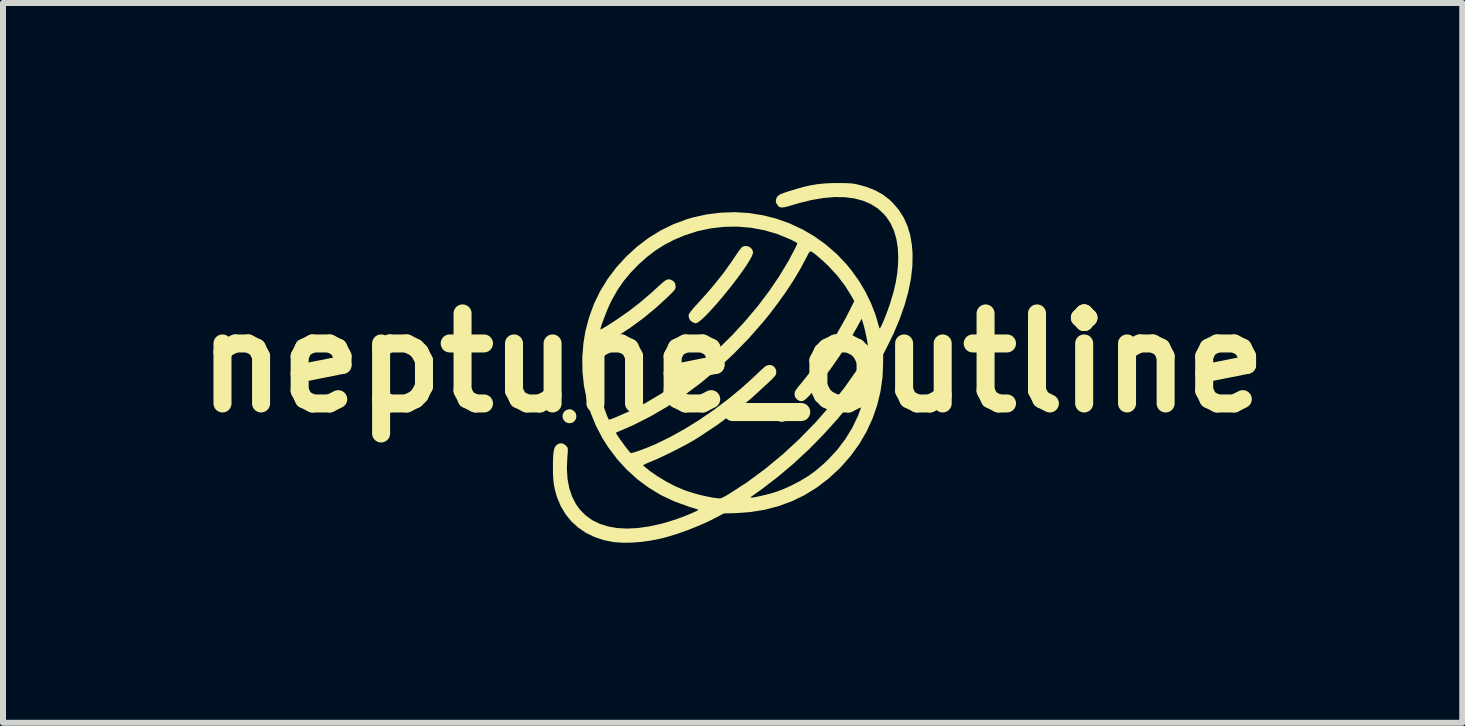
<source format=kicad_pcb>
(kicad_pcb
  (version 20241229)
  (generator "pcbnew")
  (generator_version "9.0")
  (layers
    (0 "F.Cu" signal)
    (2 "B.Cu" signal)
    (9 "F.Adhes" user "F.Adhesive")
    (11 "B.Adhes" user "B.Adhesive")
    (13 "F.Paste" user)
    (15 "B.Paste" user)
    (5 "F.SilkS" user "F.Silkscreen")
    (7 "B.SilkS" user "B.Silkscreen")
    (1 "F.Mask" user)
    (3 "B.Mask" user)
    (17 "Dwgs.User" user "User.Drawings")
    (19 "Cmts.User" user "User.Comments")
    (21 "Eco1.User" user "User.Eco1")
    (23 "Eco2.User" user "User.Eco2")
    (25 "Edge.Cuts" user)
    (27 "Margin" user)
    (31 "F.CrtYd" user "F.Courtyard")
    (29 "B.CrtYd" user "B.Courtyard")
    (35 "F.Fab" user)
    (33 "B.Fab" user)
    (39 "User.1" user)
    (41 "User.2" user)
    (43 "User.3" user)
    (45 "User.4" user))
  (footprint "neptune_outline"
    (layer "F.Cu")
    (at 9.157 2.994)
    (property "Reference" "neptune_outline" (at 0 0 0) (layer "F.SilkS") (effects (font (size 1.5 1.5) (thickness 0.3))))
    (attr board_only exclude_from_pos_files exclude_from_bom)
    (fp_poly (pts (xy 0.839 0.755) (xy 0.876 0.771) (xy 0.909 0.801) (xy 0.932 0.837) (xy 0.938 0.863) (xy 0.928 0.912) (xy 0.902 0.95) (xy 0.865 0.975) (xy 0.821 0.985) (xy 0.777 0.977) (xy 0.738 0.95) (xy 0.711 0.91) (xy 0.703 0.866) (xy 0.712 0.823) (xy 0.736 0.787) (xy 0.772 0.762) (xy 0.817 0.753)) (stroke (width 0) (type solid)) (fill yes) (layer "F.SilkS"))
    (fp_poly (pts (xy -2.669 0.785) (xy -2.633 0.814) (xy -2.615 0.84) (xy -2.603 0.887) (xy -2.61 0.932) (xy -2.633 0.971) (xy -2.67 0.998) (xy -2.715 1.008) (xy -2.752 1.002) (xy -2.783 0.989) (xy -2.785 0.987) (xy -2.82 0.947) (xy -2.834 0.903) (xy -2.831 0.859) (xy -2.811 0.819) (xy -2.776 0.79) (xy -2.728 0.775) (xy -2.71 0.774)) (stroke (width 0) (type solid)) (fill yes) (layer "F.SilkS"))
    (fp_poly (pts (xy 0.254 -1.941) (xy 0.295 -1.921) (xy 0.325 -1.888) (xy 0.34 -1.846) (xy 0.34 -1.837) (xy 0.332 -1.804) (xy 0.311 -1.757) (xy 0.277 -1.697) (xy 0.233 -1.627) (xy 0.179 -1.548) (xy 0.118 -1.462) (xy 0.051 -1.373) (xy -0.02 -1.28) (xy -0.094 -1.188) (xy -0.169 -1.096) (xy -0.244 -1.008) (xy -0.316 -0.926) (xy -0.385 -0.851) (xy -0.448 -0.785) (xy -0.505 -0.731) (xy -0.553 -0.69) (xy -0.59 -0.665) (xy -0.615 -0.657) (xy -0.633 -0.662) (xy -0.661 -0.672) (xy -0.664 -0.674) (xy -0.703 -0.701) (xy -0.727 -0.742) (xy -0.734 -0.787) (xy -0.732 -0.8) (xy -0.719 -0.826) (xy -0.689 -0.866) (xy -0.643 -0.922) (xy -0.581 -0.989) (xy -0.419 -1.169) (xy -0.274 -1.341) (xy -0.142 -1.509) (xy -0.022 -1.677) (xy 0.05 -1.784) (xy 0.084 -1.835) (xy 0.116 -1.879) (xy 0.142 -1.912) (xy 0.159 -1.931) (xy 0.162 -1.933) (xy 0.208 -1.946)) (stroke (width 0) (type solid)) (fill yes) (layer "F.SilkS"))
    (fp_poly (pts (xy 1.833 -2.994) (xy 1.906 -2.992) (xy 1.964 -2.989) (xy 2.013 -2.984) (xy 2.057 -2.976) (xy 2.072 -2.973) (xy 2.231 -2.93) (xy 2.371 -2.875) (xy 2.497 -2.805) (xy 2.61 -2.72) (xy 2.669 -2.663) (xy 2.768 -2.548) (xy 2.849 -2.421) (xy 2.912 -2.282) (xy 2.958 -2.129) (xy 2.987 -1.961) (xy 2.998 -1.815) (xy 2.995 -1.617) (xy 2.972 -1.408) (xy 2.929 -1.19) (xy 2.866 -0.964) (xy 2.784 -0.73) (xy 2.683 -0.49) (xy 2.594 -0.307) (xy 2.508 -0.138) (xy 2.508 0.002) (xy 2.497 0.244) (xy 2.463 0.481) (xy 2.407 0.712) (xy 2.329 0.935) (xy 2.229 1.15) (xy 2.109 1.356) (xy 1.968 1.551) (xy 1.807 1.734) (xy 1.771 1.771) (xy 1.589 1.937) (xy 1.397 2.083) (xy 1.196 2.207) (xy 0.984 2.309) (xy 0.763 2.39) (xy 0.533 2.45) (xy 0.293 2.488) (xy 0.064 2.505) (xy -0.147 2.511) (xy -0.252 2.567) (xy -0.408 2.646) (xy -0.578 2.721) (xy -0.754 2.791) (xy -0.93 2.853) (xy -1.099 2.904) (xy -1.199 2.93) (xy -1.359 2.962) (xy -1.52 2.985) (xy -1.679 2.997) (xy -1.829 2.999) (xy -1.964 2.99) (xy -1.979 2.988) (xy -2.145 2.956) (xy -2.3 2.904) (xy -2.443 2.835) (xy -2.571 2.748) (xy -2.685 2.645) (xy -2.782 2.526) (xy -2.862 2.393) (xy -2.924 2.247) (xy -2.94 2.195) (xy -2.962 2.112) (xy -2.978 2.033) (xy -2.987 1.951) (xy -2.993 1.859) (xy -2.994 1.764) (xy -2.994 1.659) (xy -2.991 1.574) (xy -2.986 1.508) (xy -2.978 1.457) (xy -2.967 1.419) (xy -2.952 1.391) (xy -2.947 1.384) (xy -2.907 1.351) (xy -2.862 1.341) (xy -2.817 1.351) (xy -2.775 1.382) (xy -2.763 1.396) (xy -2.754 1.41) (xy -2.748 1.424) (xy -2.746 1.444) (xy -2.746 1.474) (xy -2.749 1.517) (xy -2.754 1.579) (xy -2.755 1.59) (xy -2.762 1.767) (xy -2.751 1.933) (xy -2.723 2.087) (xy -2.676 2.227) (xy -2.613 2.352) (xy -2.547 2.444) (xy -2.452 2.541) (xy -2.342 2.621) (xy -2.217 2.683) (xy -2.078 2.727) (xy -1.926 2.754) (xy -1.76 2.763) (xy -1.582 2.754) (xy -1.392 2.727) (xy -1.19 2.683) (xy -1.067 2.648) (xy -0.997 2.626) (xy -0.923 2.601) (xy -0.85 2.575) (xy -0.78 2.548) (xy -0.715 2.521) (xy -0.659 2.497) (xy -0.614 2.477) (xy -0.585 2.46) (xy -0.572 2.449) (xy -0.574 2.446) (xy -0.591 2.441) (xy -0.626 2.43) (xy -0.675 2.415) (xy -0.731 2.397) (xy -0.75 2.391) (xy -0.977 2.308) (xy -1.193 2.206) (xy -1.396 2.083) (xy -1.587 1.942) (xy -1.763 1.782) (xy -1.925 1.605) (xy -2.072 1.41) (xy -2.172 1.253) (xy -2.217 1.166) (xy -1.943 1.166) (xy -1.94 1.178) (xy -1.924 1.204) (xy -1.899 1.242) (xy -1.867 1.288) (xy -1.831 1.338) (xy -1.794 1.389) (xy -1.757 1.436) (xy -1.723 1.478) (xy -1.7 1.504) (xy -1.685 1.504) (xy -1.653 1.496) (xy -1.605 1.482) (xy -1.547 1.461) (xy -1.481 1.437) (xy -1.41 1.409) (xy -1.338 1.379) (xy -1.268 1.349) (xy -1.266 1.348) (xy -1.034 1.234) (xy -0.797 1.102) (xy -0.557 0.953) (xy -0.319 0.79) (xy -0.087 0.616) (xy 0.137 0.432) (xy 0.348 0.242) (xy 0.399 0.194) (xy 0.443 0.151) (xy 0.485 0.112) (xy 0.52 0.081) (xy 0.542 0.062) (xy 0.544 0.06) (xy 0.589 0.039) (xy 0.635 0.037) (xy 0.676 0.054) (xy 0.708 0.086) (xy 0.725 0.132) (xy 0.727 0.154) (xy 0.726 0.174) (xy 0.723 0.191) (xy 0.714 0.208) (xy 0.698 0.229) (xy 0.671 0.258) (xy 0.632 0.297) (xy 0.589 0.338) (xy 0.323 0.582) (xy 0.042 0.814) (xy -0.249 1.031) (xy -0.546 1.229) (xy -0.645 1.29) (xy -0.729 1.338) (xy -0.828 1.392) (xy -0.936 1.448) (xy -1.048 1.504) (xy -1.158 1.557) (xy -1.261 1.605) (xy -1.352 1.643) (xy -1.375 1.653) (xy -1.424 1.673) (xy -1.462 1.691) (xy -1.486 1.704) (xy -1.492 1.711) (xy -1.377 1.805) (xy -1.245 1.896) (xy -1.103 1.981) (xy -0.957 2.057) (xy -0.813 2.119) (xy -0.795 2.126) (xy -0.706 2.156) (xy -0.608 2.185) (xy -0.506 2.211) (xy -0.407 2.233) (xy -0.315 2.25) (xy -0.238 2.259) (xy -0.212 2.261) (xy -0.191 2.256) (xy -0.159 2.241) (xy 0.299 2.241) (xy 0.301 2.247) (xy 0.325 2.247) (xy 0.37 2.24) (xy 0.437 2.226) (xy 0.516 2.208) (xy 0.633 2.179) (xy 0.736 2.147) (xy 0.835 2.11) (xy 0.939 2.064) (xy 0.979 2.045) (xy 1.129 1.967) (xy 1.263 1.886) (xy 1.388 1.795) (xy 1.51 1.69) (xy 1.581 1.624) (xy 1.738 1.456) (xy 1.874 1.278) (xy 1.991 1.087) (xy 2.089 0.884) (xy 2.169 0.666) (xy 2.202 0.551) (xy 2.214 0.5) (xy 2.226 0.445) (xy 2.236 0.393) (xy 2.244 0.347) (xy 2.248 0.314) (xy 2.247 0.298) (xy 2.247 0.297) (xy 2.239 0.305) (xy 2.22 0.328) (xy 2.194 0.363) (xy 2.163 0.406) (xy 2.162 0.407) (xy 1.963 0.675) (xy 1.745 0.94) (xy 1.511 1.199) (xy 1.266 1.448) (xy 1.011 1.684) (xy 0.75 1.904) (xy 0.488 2.105) (xy 0.44 2.139) (xy 0.391 2.173) (xy 0.349 2.204) (xy 0.317 2.227) (xy 0.3 2.24) (xy 0.299 2.241) (xy -0.159 2.241) (xy -0.156 2.24) (xy -0.111 2.216) (xy -0.066 2.19) (xy 0.242 1.99) (xy 0.541 1.769) (xy 0.832 1.529) (xy 1.111 1.271) (xy 1.378 0.998) (xy 1.629 0.711) (xy 1.865 0.412) (xy 2.082 0.104) (xy 2.154 -0.009) (xy 2.263 -0.182) (xy 2.256 -0.258) (xy 2.246 -0.336) (xy 2.23 -0.426) (xy 2.21 -0.518) (xy 2.189 -0.604) (xy 2.176 -0.648) (xy 2.15 -0.733) (xy 2.07 -0.587) (xy 1.933 -0.35) (xy 1.79 -0.124) (xy 1.636 0.097) (xy 1.468 0.318) (xy 1.333 0.483) (xy 1.279 0.546) (xy 1.235 0.591) (xy 1.199 0.621) (xy 1.169 0.637) (xy 1.141 0.641) (xy 1.112 0.635) (xy 1.11 0.634) (xy 1.065 0.606) (xy 1.038 0.564) (xy 1.031 0.522) (xy 1.033 0.502) (xy 1.038 0.482) (xy 1.05 0.46) (xy 1.07 0.43) (xy 1.101 0.391) (xy 1.144 0.34) (xy 1.36 0.068) (xy 1.555 -0.201) (xy 1.728 -0.47) (xy 1.882 -0.741) (xy 1.933 -0.841) (xy 2.026 -1.026) (xy 1.985 -1.102) (xy 1.874 -1.281) (xy 1.742 -1.454) (xy 1.587 -1.62) (xy 1.587 -1.62) (xy 1.53 -1.674) (xy 1.472 -1.726) (xy 1.417 -1.774) (xy 1.368 -1.814) (xy 1.329 -1.842) (xy 1.313 -1.852) (xy 1.301 -1.856) (xy 1.29 -1.853) (xy 1.277 -1.84) (xy 1.26 -1.814) (xy 1.238 -1.771) (xy 1.213 -1.723) (xy 1.121 -1.552) (xy 1.013 -1.371) (xy 0.89 -1.184) (xy 0.756 -0.996) (xy 0.614 -0.809) (xy 0.509 -0.68) (xy 0.265 -0.402) (xy 0.01 -0.141) (xy -0.253 0.104) (xy -0.524 0.331) (xy -0.801 0.539) (xy -1.084 0.728) (xy -1.37 0.895) (xy -1.659 1.041) (xy -1.828 1.115) (xy -1.875 1.135) (xy -1.913 1.151) (xy -1.937 1.162) (xy -1.943 1.166) (xy -2.217 1.166) (xy -2.279 1.048) (xy -2.366 0.832) (xy -2.432 0.609) (xy -2.478 0.379) (xy -2.502 0.145) (xy -2.504 -0.004) (xy -2.271 -0.004) (xy -2.267 0.123) (xy -2.255 0.255) (xy -2.238 0.384) (xy -2.226 0.449) (xy -2.214 0.504) (xy -2.197 0.568) (xy -2.177 0.637) (xy -2.155 0.707) (xy -2.133 0.774) (xy -2.111 0.836) (xy -2.091 0.887) (xy -2.075 0.925) (xy -2.062 0.946) (xy -2.058 0.949) (xy -2.045 0.945) (xy -2.016 0.935) (xy -1.976 0.92) (xy -1.961 0.914) (xy -1.709 0.804) (xy -1.456 0.674) (xy -1.203 0.523) (xy -0.952 0.355) (xy -0.704 0.17) (xy -0.462 -0.03) (xy -0.227 -0.243) (xy -0.001 -0.466) (xy 0.214 -0.7) (xy 0.417 -0.941) (xy 0.605 -1.189) (xy 0.776 -1.441) (xy 0.93 -1.696) (xy 1.03 -1.884) (xy 1.051 -1.927) (xy 1.068 -1.963) (xy 1.077 -1.986) (xy 1.078 -1.991) (xy 1.068 -1.999) (xy 1.041 -2.015) (xy 1.001 -2.036) (xy 0.952 -2.06) (xy 0.743 -2.145) (xy 0.528 -2.208) (xy 0.308 -2.249) (xy 0.085 -2.268) (xy -0.138 -2.265) (xy -0.361 -2.24) (xy -0.581 -2.193) (xy -0.797 -2.124) (xy -0.973 -2.05) (xy -1.135 -1.966) (xy -1.282 -1.873) (xy -1.422 -1.767) (xy -1.561 -1.643) (xy -1.572 -1.633) (xy -1.704 -1.496) (xy -1.818 -1.358) (xy -1.917 -1.214) (xy -2.007 -1.056) (xy -2.034 -1.002) (xy -2.057 -0.953) (xy -2.083 -0.894) (xy -2.109 -0.829) (xy -2.135 -0.763) (xy -2.159 -0.698) (xy -2.18 -0.641) (xy -2.195 -0.595) (xy -2.203 -0.564) (xy -2.204 -0.556) (xy -2.194 -0.557) (xy -2.166 -0.571) (xy -2.121 -0.598) (xy -2.059 -0.636) (xy -1.982 -0.686) (xy -1.911 -0.733) (xy -1.722 -0.865) (xy -1.533 -1.012) (xy -1.352 -1.167) (xy -1.278 -1.235) (xy -1.217 -1.291) (xy -1.169 -1.333) (xy -1.133 -1.363) (xy -1.103 -1.381) (xy -1.079 -1.389) (xy -1.057 -1.39) (xy -1.033 -1.385) (xy -1.031 -1.384) (xy -0.986 -1.36) (xy -0.958 -1.321) (xy -0.949 -1.269) (xy -0.951 -1.251) (xy -0.956 -1.234) (xy -0.967 -1.215) (xy -0.987 -1.191) (xy -1.019 -1.157) (xy -1.065 -1.112) (xy -1.081 -1.096) (xy -1.276 -0.917) (xy -1.485 -0.745) (xy -1.703 -0.585) (xy -1.926 -0.439) (xy -2.119 -0.328) (xy -2.26 -0.252) (xy -2.269 -0.117) (xy -2.271 -0.004) (xy -2.504 -0.004) (xy -2.505 -0.091) (xy -2.486 -0.326) (xy -2.454 -0.522) (xy -2.393 -0.754) (xy -2.312 -0.977) (xy -2.209 -1.19) (xy -2.085 -1.393) (xy -1.94 -1.586) (xy -1.774 -1.768) (xy -1.771 -1.771) (xy -1.589 -1.937) (xy -1.398 -2.082) (xy -1.196 -2.206) (xy -0.985 -2.309) (xy -0.763 -2.391) (xy -0.666 -2.42) (xy -0.43 -2.472) (xy -0.193 -2.501) (xy 0.043 -2.509) (xy 0.276 -2.494) (xy 0.506 -2.457) (xy 0.731 -2.4) (xy 0.949 -2.322) (xy 1.16 -2.224) (xy 1.361 -2.107) (xy 1.552 -1.97) (xy 1.731 -1.815) (xy 1.896 -1.642) (xy 1.984 -1.533) (xy 2.105 -1.364) (xy 2.212 -1.184) (xy 2.303 -0.998) (xy 2.376 -0.812) (xy 2.416 -0.68) (xy 2.428 -0.634) (xy 2.44 -0.597) (xy 2.448 -0.574) (xy 2.45 -0.571) (xy 2.457 -0.577) (xy 2.471 -0.602) (xy 2.49 -0.642) (xy 2.513 -0.694) (xy 2.538 -0.756) (xy 2.564 -0.822) (xy 2.59 -0.891) (xy 2.613 -0.958) (xy 2.628 -1.002) (xy 2.68 -1.177) (xy 2.718 -1.34) (xy 2.743 -1.494) (xy 2.756 -1.646) (xy 2.759 -1.741) (xy 2.752 -1.91) (xy 2.728 -2.063) (xy 2.688 -2.2) (xy 2.631 -2.324) (xy 2.557 -2.434) (xy 2.516 -2.481) (xy 2.416 -2.572) (xy 2.301 -2.645) (xy 2.171 -2.7) (xy 2.027 -2.738) (xy 1.869 -2.758) (xy 1.698 -2.761) (xy 1.514 -2.745) (xy 1.318 -2.712) (xy 1.111 -2.661) (xy 1.029 -2.637) (xy 0.949 -2.613) (xy 0.889 -2.597) (xy 0.843 -2.588) (xy 0.81 -2.587) (xy 0.785 -2.592) (xy 0.766 -2.605) (xy 0.75 -2.623) (xy 0.724 -2.666) (xy 0.72 -2.708) (xy 0.732 -2.747) (xy 0.744 -2.768) (xy 0.761 -2.785) (xy 0.784 -2.801) (xy 0.82 -2.817) (xy 0.87 -2.836) (xy 0.938 -2.858) (xy 1.076 -2.9) (xy 1.198 -2.934) (xy 1.311 -2.959) (xy 1.42 -2.976) (xy 1.53 -2.987) (xy 1.647 -2.993) (xy 1.741 -2.994)) (stroke (width 0) (type solid)) (fill yes) (layer "F.SilkS")))
  (gr_rect
    (start -3 -3)
    (end 21.314 8.993)
    (stroke (width 0.1) (type default))
    (fill no)
    (layer "Edge.Cuts")))
</source>
